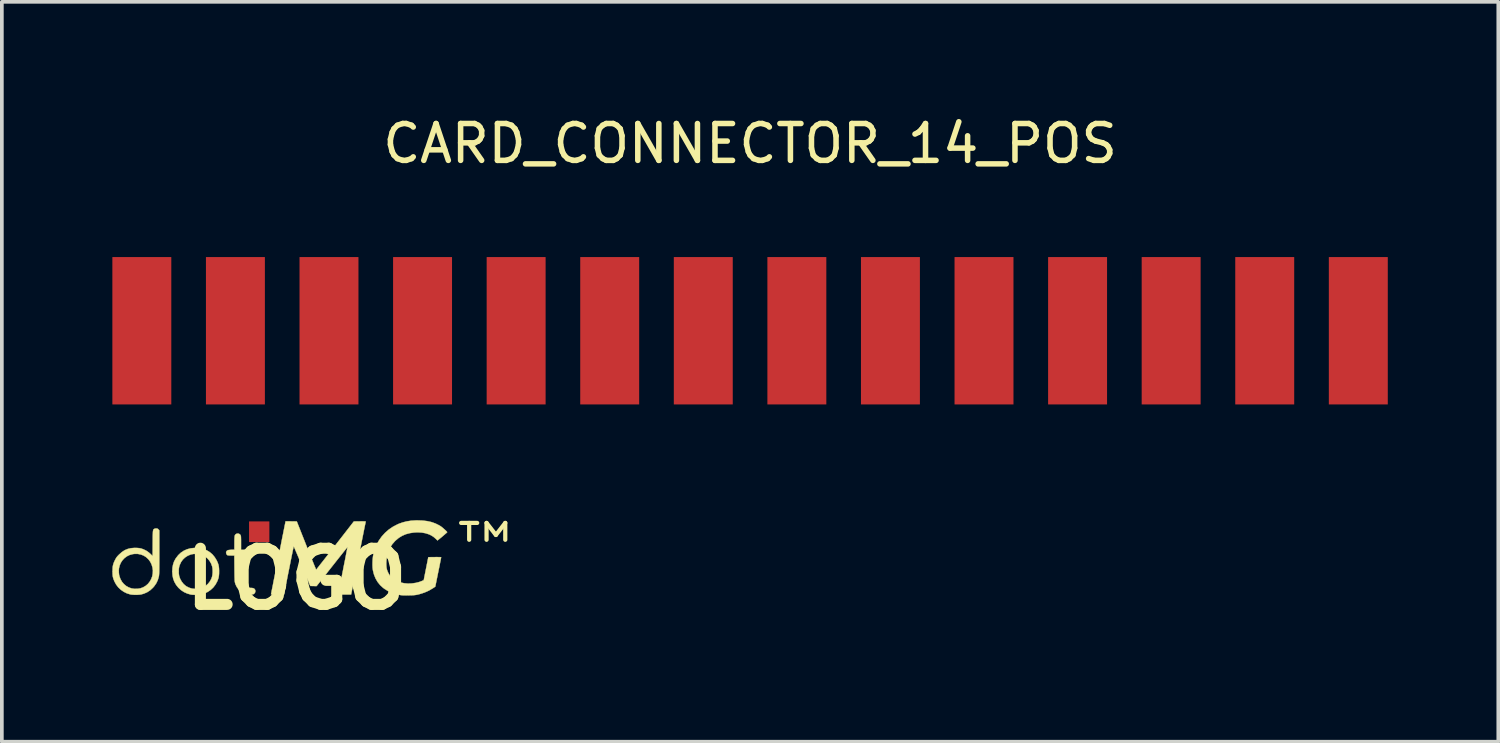
<source format=kicad_pcb>
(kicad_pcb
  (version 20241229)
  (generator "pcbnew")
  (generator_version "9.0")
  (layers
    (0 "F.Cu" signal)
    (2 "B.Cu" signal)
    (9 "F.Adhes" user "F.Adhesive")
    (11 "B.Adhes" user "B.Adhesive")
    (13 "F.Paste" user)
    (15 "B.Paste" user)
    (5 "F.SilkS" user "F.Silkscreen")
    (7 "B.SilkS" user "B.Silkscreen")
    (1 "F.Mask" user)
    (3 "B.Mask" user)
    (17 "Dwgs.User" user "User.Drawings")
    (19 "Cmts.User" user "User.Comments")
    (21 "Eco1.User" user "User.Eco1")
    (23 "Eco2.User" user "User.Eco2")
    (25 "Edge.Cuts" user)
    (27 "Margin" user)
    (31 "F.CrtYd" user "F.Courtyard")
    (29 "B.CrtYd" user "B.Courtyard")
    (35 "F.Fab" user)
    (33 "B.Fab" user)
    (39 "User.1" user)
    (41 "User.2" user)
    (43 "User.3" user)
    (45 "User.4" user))
  (footprint "CARD_CONNECTOR_14_POS"
    (layer "F.Cu")
    (at 17.31 5.928)
    (property "Reference" "CARD_CONNECTOR_14_POS" (at 0 -5.08 0) (layer "F.SilkS") (effects (font (size 1 1) (thickness 0.15))))
    (attr through_hole)
    (pad "1" connect rect (at -16.51 0) (size 1.6 4) (layers "F.Cu" "F.Mask"))
    (pad "2" connect rect (at -13.97 0) (size 1.6 4) (layers "F.Cu" "F.Mask"))
    (pad "3" connect rect (at -11.43 0) (size 1.6 4) (layers "F.Cu" "F.Mask"))
    (pad "4" connect rect (at -8.89 0) (size 1.6 4) (layers "F.Cu" "F.Mask"))
    (pad "5" connect rect (at -6.35 0) (size 1.6 4) (layers "F.Cu" "F.Mask"))
    (pad "6" connect rect (at -3.81 0) (size 1.6 4) (layers "F.Cu" "F.Mask"))
    (pad "7" connect rect (at -1.27 0) (size 1.6 4) (layers "F.Cu" "F.Mask"))
    (pad "8" connect rect (at 1.27 0) (size 1.6 4) (layers "F.Cu" "F.Mask"))
    (pad "9" connect rect (at 3.81 0) (size 1.6 4) (layers "F.Cu" "F.Mask"))
    (pad "10" connect rect (at 6.35 0) (size 1.6 4) (layers "F.Cu" "F.Mask"))
    (pad "11" connect rect (at 8.89 0) (size 1.6 4) (layers "F.Cu" "F.Mask"))
    (pad "12" connect rect (at 11.43 0) (size 1.6 4) (layers "F.Cu" "F.Mask"))
    (pad "13" connect rect (at 13.97 0) (size 1.6 4) (layers "F.Cu" "F.Mask"))
    (pad "14" connect rect (at 16.51 0) (size 1.6 4) (layers "F.Cu" "F.Mask")))
  (footprint "LOGO"
    (layer "F.Cu")
    (at 3.986 11.396)
    (property "Reference" "LOGO" (at 1.016 1.27 0) (layer "F.SilkS") (effects (font (size 1.524 1.524) (thickness 0.3))))
    (attr through_hole)
    (fp_poly (pts (xy -0.556 0.04) (xy -0.527 0.056) (xy -0.509 0.076) (xy -0.504 0.086) (xy -0.5 0.098) (xy -0.497 0.113) (xy -0.495 0.135) (xy -0.494 0.165) (xy -0.493 0.206) (xy -0.493 0.26) (xy -0.493 0.29) (xy -0.493 0.477) (xy -0.361 0.477) (xy -0.297 0.477) (xy -0.247 0.48) (xy -0.211 0.486) (xy -0.185 0.496) (xy -0.168 0.51) (xy -0.159 0.529) (xy -0.156 0.554) (xy -0.156 0.561) (xy -0.163 0.591) (xy -0.178 0.611) (xy -0.199 0.633) (xy -0.493 0.633) (xy -0.493 0.953) (xy -0.493 1.043) (xy -0.492 1.118) (xy -0.491 1.18) (xy -0.49 1.231) (xy -0.488 1.272) (xy -0.484 1.304) (xy -0.48 1.331) (xy -0.474 1.352) (xy -0.467 1.371) (xy -0.459 1.388) (xy -0.455 1.394) (xy -0.418 1.443) (xy -0.371 1.479) (xy -0.315 1.502) (xy -0.25 1.512) (xy -0.238 1.512) (xy -0.205 1.513) (xy -0.175 1.517) (xy -0.158 1.521) (xy -0.129 1.538) (xy -0.111 1.565) (xy -0.104 1.596) (xy -0.108 1.627) (xy -0.123 1.656) (xy -0.148 1.678) (xy -0.152 1.68) (xy -0.179 1.688) (xy -0.217 1.692) (xy -0.261 1.692) (xy -0.306 1.688) (xy -0.347 1.681) (xy -0.353 1.68) (xy -0.431 1.651) (xy -0.5 1.609) (xy -0.56 1.554) (xy -0.608 1.488) (xy -0.645 1.411) (xy -0.655 1.379) (xy -0.658 1.366) (xy -0.661 1.349) (xy -0.664 1.326) (xy -0.666 1.296) (xy -0.667 1.258) (xy -0.669 1.209) (xy -0.67 1.149) (xy -0.671 1.076) (xy -0.672 0.988) (xy -0.672 0.984) (xy -0.675 0.633) (xy -0.761 0.633) (xy -0.799 0.632) (xy -0.832 0.63) (xy -0.855 0.626) (xy -0.864 0.624) (xy -0.882 0.606) (xy -0.895 0.579) (xy -0.899 0.55) (xy -0.897 0.538) (xy -0.887 0.515) (xy -0.87 0.498) (xy -0.844 0.487) (xy -0.807 0.481) (xy -0.76 0.478) (xy -0.674 0.475) (xy -0.673 0.297) (xy -0.673 0.226) (xy -0.671 0.169) (xy -0.668 0.126) (xy -0.665 0.098) (xy -0.663 0.09) (xy -0.646 0.062) (xy -0.62 0.044) (xy -0.588 0.037) (xy -0.556 0.04)) (stroke (width 0.01) (type solid)) (fill yes) (layer "F.SilkS"))
    (fp_poly (pts (xy -1.616 0.433) (xy -1.518 0.455) (xy -1.427 0.49) (xy -1.344 0.54) (xy -1.271 0.602) (xy -1.208 0.678) (xy -1.155 0.765) (xy -1.149 0.777) (xy -1.126 0.829) (xy -1.109 0.876) (xy -1.098 0.923) (xy -1.092 0.974) (xy -1.089 1.035) (xy -1.089 1.064) (xy -1.09 1.129) (xy -1.095 1.183) (xy -1.103 1.231) (xy -1.117 1.277) (xy -1.136 1.327) (xy -1.14 1.335) (xy -1.187 1.422) (xy -1.247 1.5) (xy -1.318 1.566) (xy -1.399 1.621) (xy -1.488 1.663) (xy -1.58 1.689) (xy -1.618 1.695) (xy -1.666 1.698) (xy -1.72 1.7) (xy -1.773 1.699) (xy -1.821 1.697) (xy -1.857 1.692) (xy -1.952 1.665) (xy -2.041 1.625) (xy -2.123 1.571) (xy -2.194 1.506) (xy -2.255 1.43) (xy -2.303 1.346) (xy -2.308 1.334) (xy -2.336 1.257) (xy -2.352 1.176) (xy -2.359 1.086) (xy -2.36 1.064) (xy -2.359 1.056) (xy -2.185 1.056) (xy -2.183 1.12) (xy -2.175 1.178) (xy -2.173 1.191) (xy -2.145 1.269) (xy -2.104 1.342) (xy -2.052 1.407) (xy -1.99 1.461) (xy -1.977 1.469) (xy -1.905 1.506) (xy -1.826 1.53) (xy -1.742 1.539) (xy -1.654 1.534) (xy -1.601 1.524) (xy -1.524 1.497) (xy -1.454 1.456) (xy -1.392 1.403) (xy -1.34 1.339) (xy -1.3 1.266) (xy -1.28 1.209) (xy -1.27 1.159) (xy -1.264 1.099) (xy -1.264 1.036) (xy -1.268 0.977) (xy -1.277 0.93) (xy -1.306 0.85) (xy -1.348 0.778) (xy -1.401 0.714) (xy -1.465 0.662) (xy -1.538 0.622) (xy -1.582 0.606) (xy -1.645 0.593) (xy -1.716 0.588) (xy -1.787 0.591) (xy -1.852 0.603) (xy -1.861 0.606) (xy -1.941 0.639) (xy -2.012 0.685) (xy -2.073 0.743) (xy -2.122 0.812) (xy -2.158 0.89) (xy -2.173 0.937) (xy -2.182 0.993) (xy -2.185 1.056) (xy -2.359 1.056) (xy -2.355 0.967) (xy -2.339 0.881) (xy -2.313 0.801) (xy -2.274 0.726) (xy -2.26 0.705) (xy -2.198 0.624) (xy -2.126 0.556) (xy -2.046 0.503) (xy -1.957 0.463) (xy -1.86 0.438) (xy -1.754 0.426) (xy -1.721 0.426) (xy -1.616 0.433)) (stroke (width 0.01) (type solid)) (fill yes) (layer "F.SilkS"))
    (fp_poly (pts (xy -2.791 -0.102) (xy -2.765 -0.098) (xy -2.744 -0.085) (xy -2.735 -0.075) (xy -2.712 -0.049) (xy -2.712 0.546) (xy -2.712 0.663) (xy -2.712 0.764) (xy -2.712 0.852) (xy -2.713 0.927) (xy -2.713 0.989) (xy -2.714 1.042) (xy -2.715 1.085) (xy -2.716 1.119) (xy -2.718 1.147) (xy -2.72 1.169) (xy -2.722 1.186) (xy -2.724 1.2) (xy -2.724 1.2) (xy -2.752 1.296) (xy -2.793 1.384) (xy -2.849 1.465) (xy -2.884 1.506) (xy -2.959 1.575) (xy -3.041 1.629) (xy -3.131 1.668) (xy -3.205 1.689) (xy -3.251 1.695) (xy -3.307 1.699) (xy -3.368 1.7) (xy -3.427 1.697) (xy -3.478 1.692) (xy -3.498 1.688) (xy -3.59 1.66) (xy -3.677 1.617) (xy -3.756 1.562) (xy -3.826 1.496) (xy -3.884 1.42) (xy -3.93 1.336) (xy -3.93 1.335) (xy -3.949 1.288) (xy -3.963 1.247) (xy -3.973 1.208) (xy -3.978 1.166) (xy -3.981 1.117) (xy -3.981 1.064) (xy -3.981 1.062) (xy -3.813 1.062) (xy -3.805 1.149) (xy -3.797 1.187) (xy -3.767 1.271) (xy -3.726 1.345) (xy -3.673 1.408) (xy -3.611 1.46) (xy -3.541 1.499) (xy -3.464 1.526) (xy -3.381 1.538) (xy -3.293 1.535) (xy -3.226 1.524) (xy -3.151 1.497) (xy -3.083 1.457) (xy -3.023 1.406) (xy -2.973 1.345) (xy -2.933 1.275) (xy -2.904 1.199) (xy -2.889 1.119) (xy -2.886 1.035) (xy -2.896 0.961) (xy -2.922 0.874) (xy -2.96 0.798) (xy -3.01 0.732) (xy -3.07 0.677) (xy -3.138 0.634) (xy -3.214 0.605) (xy -3.296 0.589) (xy -3.382 0.588) (xy -3.434 0.595) (xy -3.516 0.617) (xy -3.59 0.653) (xy -3.655 0.701) (xy -3.71 0.759) (xy -3.754 0.825) (xy -3.787 0.899) (xy -3.807 0.979) (xy -3.813 1.062) (xy -3.981 1.062) (xy -3.98 0.999) (xy -3.977 0.946) (xy -3.969 0.899) (xy -3.957 0.856) (xy -3.94 0.81) (xy -3.915 0.758) (xy -3.914 0.756) (xy -3.894 0.718) (xy -3.875 0.687) (xy -3.852 0.657) (xy -3.822 0.625) (xy -3.801 0.604) (xy -3.727 0.539) (xy -3.651 0.489) (xy -3.569 0.455) (xy -3.481 0.434) (xy -3.384 0.426) (xy -3.373 0.426) (xy -3.308 0.428) (xy -3.254 0.433) (xy -3.206 0.443) (xy -3.159 0.459) (xy -3.147 0.463) (xy -3.066 0.502) (xy -2.996 0.551) (xy -2.949 0.593) (xy -2.893 0.648) (xy -2.891 0.301) (xy -2.89 0.214) (xy -2.89 0.141) (xy -2.889 0.082) (xy -2.887 0.035) (xy -2.886 -0.002) (xy -2.883 -0.03) (xy -2.879 -0.05) (xy -2.875 -0.065) (xy -2.869 -0.075) (xy -2.861 -0.082) (xy -2.852 -0.088) (xy -2.845 -0.092) (xy -2.824 -0.099) (xy -2.796 -0.102) (xy -2.791 -0.102)) (stroke (width 0.01) (type solid)) (fill yes) (layer "F.SilkS"))
    (fp_poly (pts (xy 4.441 -0.315) (xy 4.564 -0.3) (xy 4.678 -0.274) (xy 4.784 -0.236) (xy 4.883 -0.187) (xy 4.926 -0.161) (xy 4.946 -0.146) (xy 4.973 -0.125) (xy 5.002 -0.1) (xy 5.032 -0.073) (xy 5.06 -0.048) (xy 5.083 -0.025) (xy 5.098 -0.008) (xy 5.103 -0.000118) (xy 5.097 0.006) (xy 5.081 0.022) (xy 5.056 0.043) (xy 5.025 0.07) (xy 4.99 0.1) (xy 4.954 0.131) (xy 4.917 0.161) (xy 4.884 0.188) (xy 4.859 0.208) (xy 4.839 0.224) (xy 4.793 0.179) (xy 4.74 0.133) (xy 4.689 0.098) (xy 4.634 0.069) (xy 4.606 0.057) (xy 4.511 0.027) (xy 4.407 0.009) (xy 4.298 0.003) (xy 4.202 0.008) (xy 4.084 0.026) (xy 3.977 0.055) (xy 3.879 0.098) (xy 3.789 0.153) (xy 3.705 0.223) (xy 3.681 0.246) (xy 3.608 0.331) (xy 3.549 0.425) (xy 3.503 0.528) (xy 3.471 0.638) (xy 3.453 0.757) (xy 3.449 0.842) (xy 3.451 0.909) (xy 3.456 0.965) (xy 3.467 1.015) (xy 3.484 1.063) (xy 3.507 1.113) (xy 3.55 1.182) (xy 3.607 1.243) (xy 3.676 1.294) (xy 3.755 1.335) (xy 3.842 1.366) (xy 3.937 1.386) (xy 4.039 1.395) (xy 4.145 1.391) (xy 4.152 1.39) (xy 4.255 1.375) (xy 4.346 1.351) (xy 4.415 1.325) (xy 4.466 1.302) (xy 4.59 0.678) (xy 4.764 0.676) (xy 4.816 0.675) (xy 4.861 0.676) (xy 4.898 0.676) (xy 4.925 0.678) (xy 4.938 0.679) (xy 4.939 0.68) (xy 4.937 0.689) (xy 4.933 0.713) (xy 4.926 0.749) (xy 4.916 0.797) (xy 4.905 0.855) (xy 4.892 0.921) (xy 4.877 0.994) (xy 4.861 1.072) (xy 4.859 1.082) (xy 4.779 1.478) (xy 4.717 1.519) (xy 4.605 1.585) (xy 4.483 1.639) (xy 4.35 1.681) (xy 4.314 1.69) (xy 4.281 1.698) (xy 4.251 1.703) (xy 4.219 1.707) (xy 4.182 1.71) (xy 4.137 1.712) (xy 4.08 1.713) (xy 4.06 1.714) (xy 3.984 1.715) (xy 3.923 1.714) (xy 3.874 1.711) (xy 3.836 1.707) (xy 3.826 1.705) (xy 3.705 1.679) (xy 3.595 1.643) (xy 3.496 1.597) (xy 3.404 1.54) (xy 3.36 1.507) (xy 3.28 1.433) (xy 3.213 1.349) (xy 3.158 1.254) (xy 3.116 1.15) (xy 3.087 1.036) (xy 3.085 1.021) (xy 3.078 0.961) (xy 3.075 0.89) (xy 3.076 0.813) (xy 3.08 0.735) (xy 3.088 0.661) (xy 3.098 0.606) (xy 3.134 0.471) (xy 3.185 0.344) (xy 3.249 0.226) (xy 3.326 0.117) (xy 3.416 0.018) (xy 3.517 -0.071) (xy 3.629 -0.147) (xy 3.751 -0.211) (xy 3.804 -0.234) (xy 3.907 -0.269) (xy 4.013 -0.295) (xy 4.126 -0.312) (xy 4.249 -0.32) (xy 4.306 -0.32) (xy 4.441 -0.315)) (stroke (width 0.01) (type solid)) (fill yes) (layer "F.SilkS"))
    (fp_poly (pts (xy 0.819 -0.295) (xy 0.867 -0.294) (xy 0.868 -0.294) (xy 1.02 -0.292) (xy 1.28 0.364) (xy 1.319 0.462) (xy 1.357 0.556) (xy 1.392 0.645) (xy 1.425 0.726) (xy 1.455 0.8) (xy 1.481 0.865) (xy 1.504 0.92) (xy 1.522 0.963) (xy 1.535 0.995) (xy 1.544 1.013) (xy 1.546 1.017) (xy 1.552 1.01) (xy 1.567 0.992) (xy 1.591 0.962) (xy 1.623 0.921) (xy 1.662 0.871) (xy 1.708 0.813) (xy 1.76 0.747) (xy 1.817 0.674) (xy 1.879 0.594) (xy 1.945 0.51) (xy 2.014 0.422) (xy 2.061 0.362) (xy 2.569 -0.292) (xy 2.732 -0.294) (xy 2.789 -0.295) (xy 2.832 -0.294) (xy 2.862 -0.294) (xy 2.88 -0.292) (xy 2.889 -0.289) (xy 2.891 -0.286) (xy 2.889 -0.277) (xy 2.884 -0.252) (xy 2.876 -0.214) (xy 2.865 -0.162) (xy 2.852 -0.098) (xy 2.837 -0.023) (xy 2.82 0.062) (xy 2.801 0.156) (xy 2.781 0.259) (xy 2.759 0.369) (xy 2.735 0.485) (xy 2.711 0.606) (xy 2.691 0.709) (xy 2.494 1.693) (xy 2.319 1.693) (xy 2.268 1.693) (xy 2.222 1.692) (xy 2.185 1.691) (xy 2.159 1.689) (xy 2.146 1.687) (xy 2.145 1.687) (xy 2.147 1.678) (xy 2.151 1.654) (xy 2.158 1.617) (xy 2.168 1.567) (xy 2.18 1.506) (xy 2.194 1.435) (xy 2.21 1.355) (xy 2.227 1.268) (xy 2.246 1.174) (xy 2.265 1.076) (xy 2.272 1.044) (xy 2.291 0.944) (xy 2.31 0.849) (xy 2.328 0.76) (xy 2.344 0.678) (xy 2.358 0.604) (xy 2.37 0.54) (xy 2.381 0.487) (xy 2.388 0.446) (xy 2.394 0.419) (xy 2.396 0.405) (xy 2.396 0.404) (xy 2.39 0.41) (xy 2.376 0.428) (xy 2.352 0.457) (xy 2.321 0.496) (xy 2.283 0.544) (xy 2.238 0.601) (xy 2.188 0.664) (xy 2.132 0.734) (xy 2.073 0.809) (xy 2.01 0.889) (xy 1.975 0.933) (xy 1.557 1.463) (xy 1.471 1.461) (xy 1.386 1.459) (xy 1.163 0.919) (xy 1.127 0.83) (xy 1.092 0.746) (xy 1.059 0.667) (xy 1.029 0.596) (xy 1.002 0.533) (xy 0.979 0.48) (xy 0.961 0.437) (xy 0.947 0.406) (xy 0.939 0.389) (xy 0.936 0.385) (xy 0.934 0.393) (xy 0.929 0.417) (xy 0.921 0.454) (xy 0.91 0.504) (xy 0.898 0.565) (xy 0.883 0.636) (xy 0.867 0.716) (xy 0.849 0.803) (xy 0.831 0.897) (xy 0.811 0.996) (xy 0.79 1.1) (xy 0.769 1.205) (xy 0.748 1.313) (xy 0.726 1.421) (xy 0.705 1.528) (xy 0.685 1.632) (xy 0.681 1.65) (xy 0.673 1.693) (xy 0.497 1.693) (xy 0.445 1.693) (xy 0.399 1.692) (xy 0.362 1.691) (xy 0.335 1.689) (xy 0.322 1.687) (xy 0.32 1.687) (xy 0.322 1.678) (xy 0.327 1.654) (xy 0.334 1.616) (xy 0.344 1.565) (xy 0.357 1.502) (xy 0.372 1.427) (xy 0.388 1.342) (xy 0.407 1.248) (xy 0.427 1.146) (xy 0.449 1.037) (xy 0.472 0.921) (xy 0.497 0.8) (xy 0.518 0.694) (xy 0.543 0.57) (xy 0.567 0.45) (xy 0.59 0.335) (xy 0.611 0.227) (xy 0.631 0.126) (xy 0.65 0.034) (xy 0.666 -0.049) (xy 0.681 -0.122) (xy 0.693 -0.183) (xy 0.703 -0.231) (xy 0.71 -0.267) (xy 0.714 -0.288) (xy 0.715 -0.294) (xy 0.723 -0.294) (xy 0.744 -0.295) (xy 0.777 -0.295) (xy 0.819 -0.295)) (stroke (width 0.01) (type solid)) (fill yes) (layer "F.SilkS"))
    (fp_text user "TM" (at 5.334 0 0) (layer "F.SilkS") (effects (font (size 0.457 0.762) (thickness 0.114)) (justify left)))
    (pad "1" smd custom (at 0 0) (size 0.5 0.5) (layers "F.Cu" "F.Mask") (options (anchor circle)) (primitives (gr_poly (pts (xy 0.271 0.263) (xy -0.271 0.263) (xy -0.271 -0.288) (xy 0.271 -0.288) (xy 0.271 0.263)) (width 0.01) (fill yes)))))
  (gr_rect
    (start -3 -3)
    (end 37.62 17.084)
    (stroke (width 0.1) (type default))
    (fill no)
    (layer "Edge.Cuts")))
</source>
